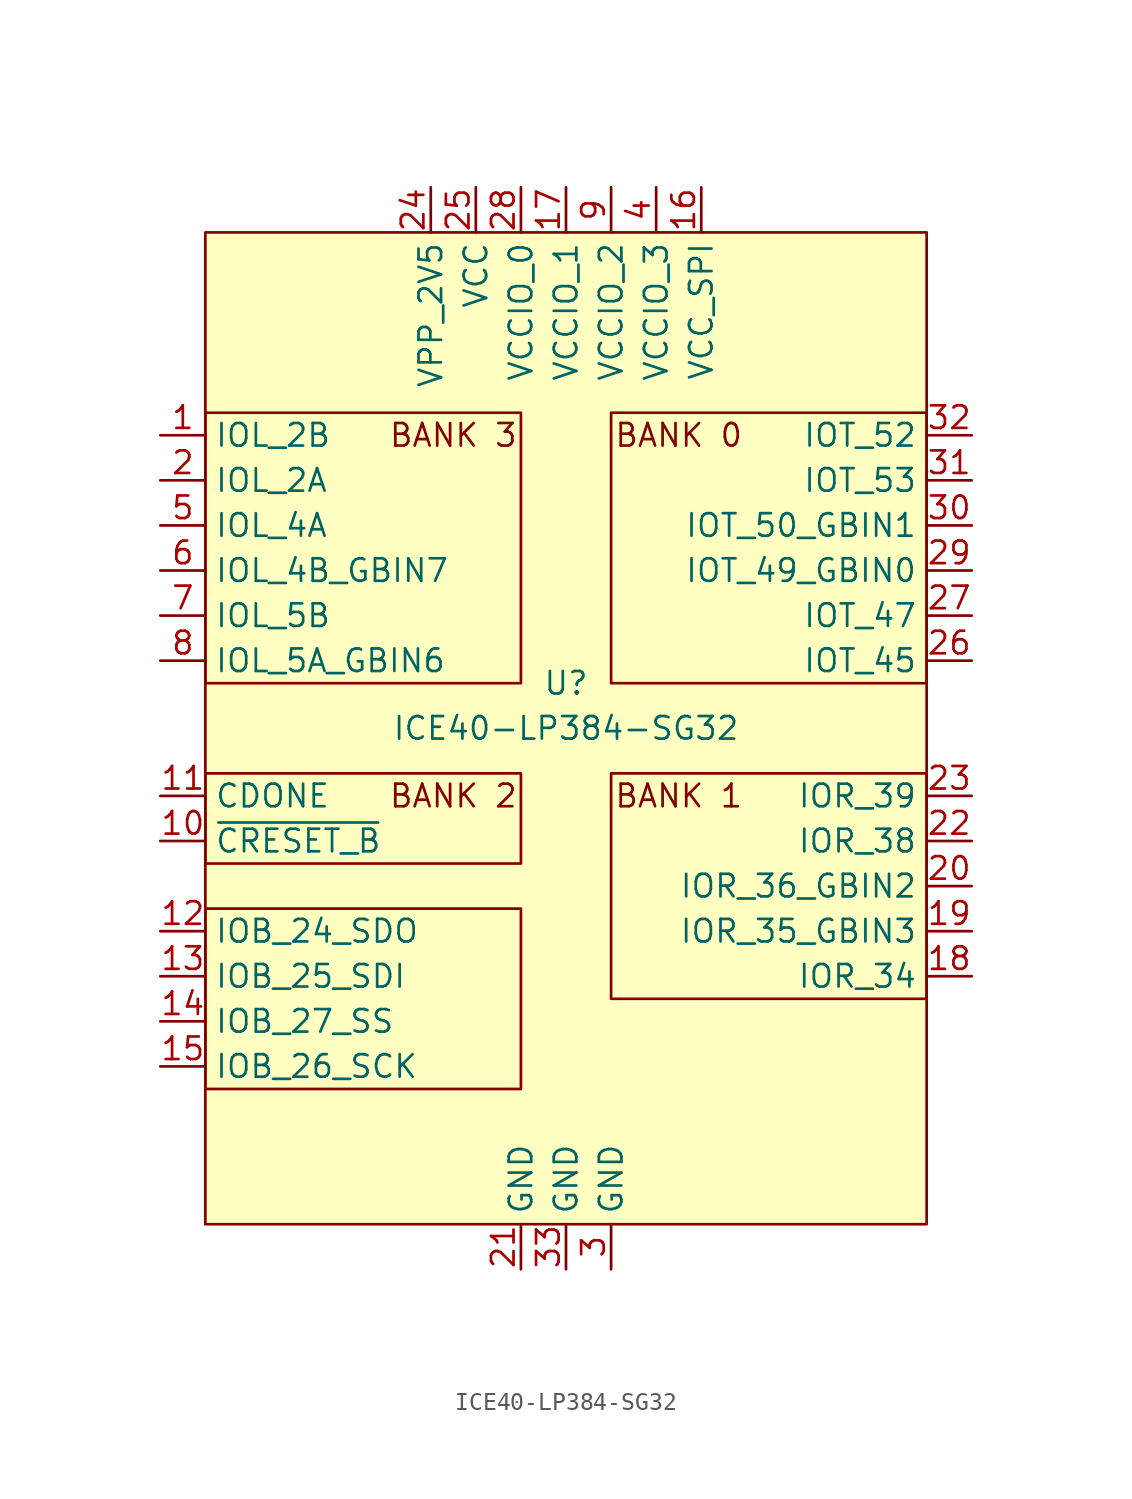
<source format=kicad_sym>
(kicad_symbol_lib
  (version 20200126)
  (host kicad_symbol_editor "(5.99.0-2251-g5226d6b4d)")
  (symbol "ICE40-LP384:ICE40-LP384-SG32"
    (property "Reference" "U"
      (at 0 2.54 0)
      (effects (font (size 1.27 1.27))))
    (property "Value" "ICE40-LP384-SG32"
      (at 0 0 0)
      (effects (font (size 1.27 1.27))))
    (symbol "ICE40-LP384-SG32_0_0"
      (text "BANK 0" (at 6.35 16.51 0) (effects (font (size 1.27 1.27))))
      (text "BANK 1" (at 6.35 -3.81 0) (effects (font (size 1.27 1.27))))
      (text "BANK 2" (at -6.35 -3.81 0) (effects (font (size 1.27 1.27))))
      (text "BANK 3" (at -6.35 16.51 0) (effects (font (size 1.27 1.27))))
      (rectangle (start -20.32 -10.16) (end -2.54 -20.32) (stroke (width 0)) (fill (type none)))
      (rectangle (start -20.32 27.94) (end 20.32 -27.94) (stroke (width 0)) (fill (type background)))
      (rectangle (start -2.54 -7.62) (end -20.32 -2.54) (stroke (width 0)) (fill (type none)))
      (rectangle (start 20.32 -2.54) (end 2.54 -15.24) (stroke (width 0)) (fill (type none)))
      (rectangle (start 20.32 2.54) (end 2.54 17.78) (stroke (width 0)) (fill (type none))))
    (symbol "ICE40-LP384-SG32_0_1"
      (rectangle (start -20.32 17.78) (end -2.54 2.54) (stroke (width 0)) (fill (type none))))
    (symbol "ICE40-LP384-SG32_1_1"
      (pin bidirectional line (at -22.86 16.51 0) (length 2.54) (name "IOL_2B" (effects (font (size 1.27 1.27)))) (number "1" (effects (font (size 1.27 1.27)))))
      (pin input line (at -22.86 -6.35 0) (length 2.54) (name "~CRESET_B" (effects (font (size 1.27 1.27)))) (number "10" (effects (font (size 1.27 1.27)))))
      (pin output line (at -22.86 -3.81 0) (length 2.54) (name "CDONE" (effects (font (size 1.27 1.27)))) (number "11" (effects (font (size 1.27 1.27)))))
      (pin bidirectional line (at -22.86 -11.43 0) (length 2.54) (name "IOB_24_SDO" (effects (font (size 1.27 1.27)))) (number "12" (effects (font (size 1.27 1.27)))))
      (pin bidirectional line (at -22.86 -13.97 0) (length 2.54) (name "IOB_25_SDI" (effects (font (size 1.27 1.27)))) (number "13" (effects (font (size 1.27 1.27)))))
      (pin bidirectional line (at -22.86 -16.51 0) (length 2.54) (name "IOB_27_SS" (effects (font (size 1.27 1.27)))) (number "14" (effects (font (size 1.27 1.27)))))
      (pin bidirectional line (at -22.86 -19.05 0) (length 2.54) (name "IOB_26_SCK" (effects (font (size 1.27 1.27)))) (number "15" (effects (font (size 1.27 1.27)))))
      (pin power_in line (at 7.62 30.48 270) (length 2.54) (name "VCC_SPI" (effects (font (size 1.27 1.27)))) (number "16" (effects (font (size 1.27 1.27)))))
      (pin power_in line (at 0 30.48 270) (length 2.54) (name "VCCIO_1" (effects (font (size 1.27 1.27)))) (number "17" (effects (font (size 1.27 1.27)))))
      (pin bidirectional line (at 22.86 -13.97 180) (length 2.54) (name "IOR_34" (effects (font (size 1.27 1.27)))) (number "18" (effects (font (size 1.27 1.27)))))
      (pin bidirectional line (at 22.86 -11.43 180) (length 2.54) (name "IOR_35_GBIN3" (effects (font (size 1.27 1.27)))) (number "19" (effects (font (size 1.27 1.27)))))
      (pin bidirectional line (at -22.86 13.97 0) (length 2.54) (name "IOL_2A" (effects (font (size 1.27 1.27)))) (number "2" (effects (font (size 1.27 1.27)))))
      (pin bidirectional line (at 22.86 -8.89 180) (length 2.54) (name "IOR_36_GBIN2" (effects (font (size 1.27 1.27)))) (number "20" (effects (font (size 1.27 1.27)))))
      (pin power_in line (at -2.54 -30.48 90) (length 2.54) (name "GND" (effects (font (size 1.27 1.27)))) (number "21" (effects (font (size 1.27 1.27)))))
      (pin bidirectional line (at 22.86 -6.35 180) (length 2.54) (name "IOR_38" (effects (font (size 1.27 1.27)))) (number "22" (effects (font (size 1.27 1.27)))))
      (pin bidirectional line (at 22.86 -3.81 180) (length 2.54) (name "IOR_39" (effects (font (size 1.27 1.27)))) (number "23" (effects (font (size 1.27 1.27)))))
      (pin power_in line (at -7.62 30.48 270) (length 2.54) (name "VPP_2V5" (effects (font (size 1.27 1.27)))) (number "24" (effects (font (size 1.27 1.27)))))
      (pin power_in line (at -5.08 30.48 270) (length 2.54) (name "VCC" (effects (font (size 1.27 1.27)))) (number "25" (effects (font (size 1.27 1.27)))))
      (pin bidirectional line (at 22.86 3.81 180) (length 2.54) (name "IOT_45" (effects (font (size 1.27 1.27)))) (number "26" (effects (font (size 1.27 1.27)))))
      (pin bidirectional line (at 22.86 6.35 180) (length 2.54) (name "IOT_47" (effects (font (size 1.27 1.27)))) (number "27" (effects (font (size 1.27 1.27)))))
      (pin power_in line (at -2.54 30.48 270) (length 2.54) (name "VCCIO_0" (effects (font (size 1.27 1.27)))) (number "28" (effects (font (size 1.27 1.27)))))
      (pin bidirectional line (at 22.86 8.89 180) (length 2.54) (name "IOT_49_GBIN0" (effects (font (size 1.27 1.27)))) (number "29" (effects (font (size 1.27 1.27)))))
      (pin power_in line (at 2.54 -30.48 90) (length 2.54) (name "GND" (effects (font (size 1.27 1.27)))) (number "3" (effects (font (size 1.27 1.27)))))
      (pin bidirectional line (at 22.86 11.43 180) (length 2.54) (name "IOT_50_GBIN1" (effects (font (size 1.27 1.27)))) (number "30" (effects (font (size 1.27 1.27)))))
      (pin bidirectional line (at 22.86 13.97 180) (length 2.54) (name "IOT_53" (effects (font (size 1.27 1.27)))) (number "31" (effects (font (size 1.27 1.27)))))
      (pin bidirectional line (at 22.86 16.51 180) (length 2.54) (name "IOT_52" (effects (font (size 1.27 1.27)))) (number "32" (effects (font (size 1.27 1.27)))))
      (pin power_in line (at 0 -30.48 90) (length 2.54) (name "GND" (effects (font (size 1.27 1.27)))) (number "33" (effects (font (size 1.27 1.27)))))
      (pin power_in line (at 5.08 30.48 270) (length 2.54) (name "VCCIO_3" (effects (font (size 1.27 1.27)))) (number "4" (effects (font (size 1.27 1.27)))))
      (pin bidirectional line (at -22.86 11.43 0) (length 2.54) (name "IOL_4A" (effects (font (size 1.27 1.27)))) (number "5" (effects (font (size 1.27 1.27)))))
      (pin bidirectional line (at -22.86 8.89 0) (length 2.54) (name "IOL_4B_GBIN7" (effects (font (size 1.27 1.27)))) (number "6" (effects (font (size 1.27 1.27)))))
      (pin bidirectional line (at -22.86 6.35 0) (length 2.54) (name "IOL_5B" (effects (font (size 1.27 1.27)))) (number "7" (effects (font (size 1.27 1.27)))))
      (pin bidirectional line (at -22.86 3.81 0) (length 2.54) (name "IOL_5A_GBIN6" (effects (font (size 1.27 1.27)))) (number "8" (effects (font (size 1.27 1.27)))))
      (pin power_in line (at 2.54 30.48 270) (length 2.54) (name "VCCIO_2" (effects (font (size 1.27 1.27)))) (number "9" (effects (font (size 1.27 1.27))))))))
</source>
